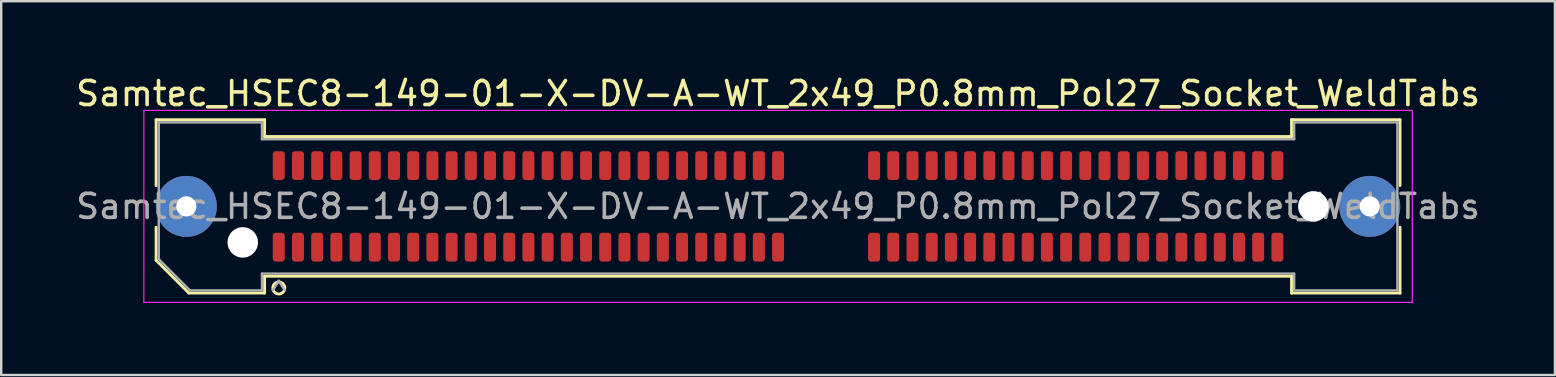
<source format=kicad_pcb>
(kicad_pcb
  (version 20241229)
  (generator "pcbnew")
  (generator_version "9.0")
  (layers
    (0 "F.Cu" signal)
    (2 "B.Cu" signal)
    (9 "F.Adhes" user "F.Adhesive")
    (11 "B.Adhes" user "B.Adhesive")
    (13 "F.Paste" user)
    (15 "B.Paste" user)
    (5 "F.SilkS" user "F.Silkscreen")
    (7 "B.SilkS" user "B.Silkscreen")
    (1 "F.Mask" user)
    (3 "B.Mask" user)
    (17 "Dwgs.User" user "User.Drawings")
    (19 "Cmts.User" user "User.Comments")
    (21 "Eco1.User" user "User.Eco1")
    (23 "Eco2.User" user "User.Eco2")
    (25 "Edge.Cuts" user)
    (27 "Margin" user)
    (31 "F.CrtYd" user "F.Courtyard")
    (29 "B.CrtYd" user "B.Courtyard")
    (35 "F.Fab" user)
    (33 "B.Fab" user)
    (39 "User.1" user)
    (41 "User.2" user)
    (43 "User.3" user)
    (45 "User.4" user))
  (footprint "Samtec_HSEC8-149-01-X-DV-A-WT_2x49_P0.8mm_Pol27_Socket_WeldTabs"
    (layer "F.Cu")
    (at 29.363 5.548)
    (property "Reference" "Samtec_HSEC8-149-01-X-DV-A-WT_2x49_P0.8mm_Pol27_Socket_WeldTabs" (at 0 -4.7 0) (layer "F.SilkS") (effects (font (size 1 1) (thickness 0.15))))
    (attr smd)
    (fp_line (start -25.91 -3.61) (end -21.39 -3.61) (stroke (width 0.12) (type solid)) (layer "F.SilkS"))
    (fp_line (start -25.91 -0.868) (end -25.91 -3.61) (stroke (width 0.12) (type solid)) (layer "F.SilkS"))
    (fp_line (start -25.91 2.246) (end -25.91 0.868) (stroke (width 0.12) (type solid)) (layer "F.SilkS"))
    (fp_line (start -24.546 3.61) (end -25.91 2.246) (stroke (width 0.12) (type solid)) (layer "F.SilkS"))
    (fp_line (start -21.39 -3.61) (end -21.39 -2.91) (stroke (width 0.12) (type solid)) (layer "F.SilkS"))
    (fp_line (start -21.39 -2.91) (end 21.39 -2.91) (stroke (width 0.12) (type solid)) (layer "F.SilkS"))
    (fp_line (start -21.39 2.91) (end -21.39 3.61) (stroke (width 0.12) (type solid)) (layer "F.SilkS"))
    (fp_line (start -21.39 3.61) (end -24.546 3.61) (stroke (width 0.12) (type solid)) (layer "F.SilkS"))
    (fp_line (start 21.39 -3.61) (end 25.91 -3.61) (stroke (width 0.12) (type solid)) (layer "F.SilkS"))
    (fp_line (start 21.39 -2.91) (end 21.39 -3.61) (stroke (width 0.12) (type solid)) (layer "F.SilkS"))
    (fp_line (start 21.39 2.91) (end -21.39 2.91) (stroke (width 0.12) (type solid)) (layer "F.SilkS"))
    (fp_line (start 21.39 3.61) (end 21.39 2.91) (stroke (width 0.12) (type solid)) (layer "F.SilkS"))
    (fp_line (start 25.91 -3.61) (end 25.91 -0.868) (stroke (width 0.12) (type solid)) (layer "F.SilkS"))
    (fp_line (start 25.91 0.868) (end 25.91 3.61) (stroke (width 0.12) (type solid)) (layer "F.SilkS"))
    (fp_line (start 25.91 3.61) (end 21.39 3.61) (stroke (width 0.12) (type solid)) (layer "F.SilkS"))
    (fp_arc (start -20.55 3.4) (mid -21.05 3.4) (end -20.55 3.4) (stroke (width 0.12) (type solid)) (layer "F.SilkS"))
    (fp_line (start -26.42 -4) (end -26.42 4) (stroke (width 0.05) (type solid)) (layer "F.CrtYd"))
    (fp_line (start -26.42 4) (end 26.42 4) (stroke (width 0.05) (type solid)) (layer "F.CrtYd"))
    (fp_line (start 26.42 -4) (end -26.42 -4) (stroke (width 0.05) (type solid)) (layer "F.CrtYd"))
    (fp_line (start 26.42 4) (end 26.42 -4) (stroke (width 0.05) (type solid)) (layer "F.CrtYd"))
    (fp_line (start -25.8 -3.5) (end -21.5 -3.5) (stroke (width 0.1) (type solid)) (layer "F.Fab"))
    (fp_line (start -25.8 2.2) (end -25.8 -3.5) (stroke (width 0.1) (type solid)) (layer "F.Fab"))
    (fp_line (start -24.5 3.5) (end -25.8 2.2) (stroke (width 0.1) (type solid)) (layer "F.Fab"))
    (fp_line (start -21.5 -3.5) (end -21.5 -2.8) (stroke (width 0.1) (type solid)) (layer "F.Fab"))
    (fp_line (start -21.5 -2.8) (end 21.5 -2.8) (stroke (width 0.1) (type solid)) (layer "F.Fab"))
    (fp_line (start -21.5 2.8) (end -21.5 3.5) (stroke (width 0.1) (type solid)) (layer "F.Fab"))
    (fp_line (start -21.5 3.5) (end -24.5 3.5) (stroke (width 0.1) (type solid)) (layer "F.Fab"))
    (fp_line (start -20.8 3.1) (end -21.05 3.5) (stroke (width 0.1) (type solid)) (layer "F.Fab"))
    (fp_line (start -20.8 3.1) (end -20.55 3.5) (stroke (width 0.1) (type solid)) (layer "F.Fab"))
    (fp_line (start 21.5 -3.5) (end 25.8 -3.5) (stroke (width 0.1) (type solid)) (layer "F.Fab"))
    (fp_line (start 21.5 -2.8) (end 21.5 -3.5) (stroke (width 0.1) (type solid)) (layer "F.Fab"))
    (fp_line (start 21.5 2.8) (end -21.5 2.8) (stroke (width 0.1) (type solid)) (layer "F.Fab"))
    (fp_line (start 21.5 3.5) (end 21.5 2.8) (stroke (width 0.1) (type solid)) (layer "F.Fab"))
    (fp_line (start 25.8 -3.5) (end 25.8 3.5) (stroke (width 0.1) (type solid)) (layer "F.Fab"))
    (fp_line (start 25.8 3.5) (end 21.5 3.5) (stroke (width 0.1) (type solid)) (layer "F.Fab"))
    (fp_text user "${REFERENCE}" (at 0 0 0) (layer "F.Fab") (effects (font (size 1 1) (thickness 0.15))))
    (pad "" thru_hole circle (at -24.65 0) (size 2.54 2.54) (drill 0.84) (layers "*.Cu" "*.Mask" "F.Paste"))
    (pad "" np_thru_hole circle (at -22.3 1.5) (size 1.27 1.27) (drill 1.27) (layers "*.Cu" "*.Mask"))
    (pad "" np_thru_hole circle (at 22.3 0) (size 1.27 1.27) (drill 1.27) (layers "*.Cu" "*.Mask"))
    (pad "" thru_hole circle (at 24.65 0) (size 2.54 2.54) (drill 0.84) (layers "*.Cu" "*.Mask" "F.Paste"))
    (pad "1" smd roundrect (at -20.8 1.7) (size 0.5 1.2) (layers "F.Cu" "F.Mask" "F.Paste") (roundrect_rratio 0.25))
    (pad "2" smd roundrect (at -20.8 -1.7) (size 0.5 1.2) (layers "F.Cu" "F.Mask" "F.Paste") (roundrect_rratio 0.25))
    (pad "3" smd roundrect (at -20 1.7) (size 0.5 1.2) (layers "F.Cu" "F.Mask" "F.Paste") (roundrect_rratio 0.25))
    (pad "4" smd roundrect (at -20 -1.7) (size 0.5 1.2) (layers "F.Cu" "F.Mask" "F.Paste") (roundrect_rratio 0.25))
    (pad "5" smd roundrect (at -19.2 1.7) (size 0.5 1.2) (layers "F.Cu" "F.Mask" "F.Paste") (roundrect_rratio 0.25))
    (pad "6" smd roundrect (at -19.2 -1.7) (size 0.5 1.2) (layers "F.Cu" "F.Mask" "F.Paste") (roundrect_rratio 0.25))
    (pad "7" smd roundrect (at -18.4 1.7) (size 0.5 1.2) (layers "F.Cu" "F.Mask" "F.Paste") (roundrect_rratio 0.25))
    (pad "8" smd roundrect (at -18.4 -1.7) (size 0.5 1.2) (layers "F.Cu" "F.Mask" "F.Paste") (roundrect_rratio 0.25))
    (pad "9" smd roundrect (at -17.6 1.7) (size 0.5 1.2) (layers "F.Cu" "F.Mask" "F.Paste") (roundrect_rratio 0.25))
    (pad "10" smd roundrect (at -17.6 -1.7) (size 0.5 1.2) (layers "F.Cu" "F.Mask" "F.Paste") (roundrect_rratio 0.25))
    (pad "11" smd roundrect (at -16.8 1.7) (size 0.5 1.2) (layers "F.Cu" "F.Mask" "F.Paste") (roundrect_rratio 0.25))
    (pad "12" smd roundrect (at -16.8 -1.7) (size 0.5 1.2) (layers "F.Cu" "F.Mask" "F.Paste") (roundrect_rratio 0.25))
    (pad "13" smd roundrect (at -16 1.7) (size 0.5 1.2) (layers "F.Cu" "F.Mask" "F.Paste") (roundrect_rratio 0.25))
    (pad "14" smd roundrect (at -16 -1.7) (size 0.5 1.2) (layers "F.Cu" "F.Mask" "F.Paste") (roundrect_rratio 0.25))
    (pad "15" smd roundrect (at -15.2 1.7) (size 0.5 1.2) (layers "F.Cu" "F.Mask" "F.Paste") (roundrect_rratio 0.25))
    (pad "16" smd roundrect (at -15.2 -1.7) (size 0.5 1.2) (layers "F.Cu" "F.Mask" "F.Paste") (roundrect_rratio 0.25))
    (pad "17" smd roundrect (at -14.4 1.7) (size 0.5 1.2) (layers "F.Cu" "F.Mask" "F.Paste") (roundrect_rratio 0.25))
    (pad "18" smd roundrect (at -14.4 -1.7) (size 0.5 1.2) (layers "F.Cu" "F.Mask" "F.Paste") (roundrect_rratio 0.25))
    (pad "19" smd roundrect (at -13.6 1.7) (size 0.5 1.2) (layers "F.Cu" "F.Mask" "F.Paste") (roundrect_rratio 0.25))
    (pad "20" smd roundrect (at -13.6 -1.7) (size 0.5 1.2) (layers "F.Cu" "F.Mask" "F.Paste") (roundrect_rratio 0.25))
    (pad "21" smd roundrect (at -12.8 1.7) (size 0.5 1.2) (layers "F.Cu" "F.Mask" "F.Paste") (roundrect_rratio 0.25))
    (pad "22" smd roundrect (at -12.8 -1.7) (size 0.5 1.2) (layers "F.Cu" "F.Mask" "F.Paste") (roundrect_rratio 0.25))
    (pad "23" smd roundrect (at -12 1.7) (size 0.5 1.2) (layers "F.Cu" "F.Mask" "F.Paste") (roundrect_rratio 0.25))
    (pad "24" smd roundrect (at -12 -1.7) (size 0.5 1.2) (layers "F.Cu" "F.Mask" "F.Paste") (roundrect_rratio 0.25))
    (pad "25" smd roundrect (at -11.2 1.7) (size 0.5 1.2) (layers "F.Cu" "F.Mask" "F.Paste") (roundrect_rratio 0.25))
    (pad "26" smd roundrect (at -11.2 -1.7) (size 0.5 1.2) (layers "F.Cu" "F.Mask" "F.Paste") (roundrect_rratio 0.25))
    (pad "27" smd roundrect (at -10.4 1.7) (size 0.5 1.2) (layers "F.Cu" "F.Mask" "F.Paste") (roundrect_rratio 0.25))
    (pad "28" smd roundrect (at -10.4 -1.7) (size 0.5 1.2) (layers "F.Cu" "F.Mask" "F.Paste") (roundrect_rratio 0.25))
    (pad "29" smd roundrect (at -9.6 1.7) (size 0.5 1.2) (layers "F.Cu" "F.Mask" "F.Paste") (roundrect_rratio 0.25))
    (pad "30" smd roundrect (at -9.6 -1.7) (size 0.5 1.2) (layers "F.Cu" "F.Mask" "F.Paste") (roundrect_rratio 0.25))
    (pad "31" smd roundrect (at -8.8 1.7) (size 0.5 1.2) (layers "F.Cu" "F.Mask" "F.Paste") (roundrect_rratio 0.25))
    (pad "32" smd roundrect (at -8.8 -1.7) (size 0.5 1.2) (layers "F.Cu" "F.Mask" "F.Paste") (roundrect_rratio 0.25))
    (pad "33" smd roundrect (at -8 1.7) (size 0.5 1.2) (layers "F.Cu" "F.Mask" "F.Paste") (roundrect_rratio 0.25))
    (pad "34" smd roundrect (at -8 -1.7) (size 0.5 1.2) (layers "F.Cu" "F.Mask" "F.Paste") (roundrect_rratio 0.25))
    (pad "35" smd roundrect (at -7.2 1.7) (size 0.5 1.2) (layers "F.Cu" "F.Mask" "F.Paste") (roundrect_rratio 0.25))
    (pad "36" smd roundrect (at -7.2 -1.7) (size 0.5 1.2) (layers "F.Cu" "F.Mask" "F.Paste") (roundrect_rratio 0.25))
    (pad "37" smd roundrect (at -6.4 1.7) (size 0.5 1.2) (layers "F.Cu" "F.Mask" "F.Paste") (roundrect_rratio 0.25))
    (pad "38" smd roundrect (at -6.4 -1.7) (size 0.5 1.2) (layers "F.Cu" "F.Mask" "F.Paste") (roundrect_rratio 0.25))
    (pad "39" smd roundrect (at -5.6 1.7) (size 0.5 1.2) (layers "F.Cu" "F.Mask" "F.Paste") (roundrect_rratio 0.25))
    (pad "40" smd roundrect (at -5.6 -1.7) (size 0.5 1.2) (layers "F.Cu" "F.Mask" "F.Paste") (roundrect_rratio 0.25))
    (pad "41" smd roundrect (at -4.8 1.7) (size 0.5 1.2) (layers "F.Cu" "F.Mask" "F.Paste") (roundrect_rratio 0.25))
    (pad "42" smd roundrect (at -4.8 -1.7) (size 0.5 1.2) (layers "F.Cu" "F.Mask" "F.Paste") (roundrect_rratio 0.25))
    (pad "43" smd roundrect (at -4 1.7) (size 0.5 1.2) (layers "F.Cu" "F.Mask" "F.Paste") (roundrect_rratio 0.25))
    (pad "44" smd roundrect (at -4 -1.7) (size 0.5 1.2) (layers "F.Cu" "F.Mask" "F.Paste") (roundrect_rratio 0.25))
    (pad "45" smd roundrect (at -3.2 1.7) (size 0.5 1.2) (layers "F.Cu" "F.Mask" "F.Paste") (roundrect_rratio 0.25))
    (pad "46" smd roundrect (at -3.2 -1.7) (size 0.5 1.2) (layers "F.Cu" "F.Mask" "F.Paste") (roundrect_rratio 0.25))
    (pad "47" smd roundrect (at -2.4 1.7) (size 0.5 1.2) (layers "F.Cu" "F.Mask" "F.Paste") (roundrect_rratio 0.25))
    (pad "48" smd roundrect (at -2.4 -1.7) (size 0.5 1.2) (layers "F.Cu" "F.Mask" "F.Paste") (roundrect_rratio 0.25))
    (pad "49" smd roundrect (at -1.6 1.7) (size 0.5 1.2) (layers "F.Cu" "F.Mask" "F.Paste") (roundrect_rratio 0.25))
    (pad "50" smd roundrect (at -1.6 -1.7) (size 0.5 1.2) (layers "F.Cu" "F.Mask" "F.Paste") (roundrect_rratio 0.25))
    (pad "51" smd roundrect (at -0.8 1.7) (size 0.5 1.2) (layers "F.Cu" "F.Mask" "F.Paste") (roundrect_rratio 0.25))
    (pad "52" smd roundrect (at -0.8 -1.7) (size 0.5 1.2) (layers "F.Cu" "F.Mask" "F.Paste") (roundrect_rratio 0.25))
    (pad "53" smd roundrect (at 0 1.7) (size 0.5 1.2) (layers "F.Cu" "F.Mask" "F.Paste") (roundrect_rratio 0.25))
    (pad "54" smd roundrect (at 0 -1.7) (size 0.5 1.2) (layers "F.Cu" "F.Mask" "F.Paste") (roundrect_rratio 0.25))
    (pad "55" smd roundrect (at 4 1.7) (size 0.5 1.2) (layers "F.Cu" "F.Mask" "F.Paste") (roundrect_rratio 0.25))
    (pad "56" smd roundrect (at 4 -1.7) (size 0.5 1.2) (layers "F.Cu" "F.Mask" "F.Paste") (roundrect_rratio 0.25))
    (pad "57" smd roundrect (at 4.8 1.7) (size 0.5 1.2) (layers "F.Cu" "F.Mask" "F.Paste") (roundrect_rratio 0.25))
    (pad "58" smd roundrect (at 4.8 -1.7) (size 0.5 1.2) (layers "F.Cu" "F.Mask" "F.Paste") (roundrect_rratio 0.25))
    (pad "59" smd roundrect (at 5.6 1.7) (size 0.5 1.2) (layers "F.Cu" "F.Mask" "F.Paste") (roundrect_rratio 0.25))
    (pad "60" smd roundrect (at 5.6 -1.7) (size 0.5 1.2) (layers "F.Cu" "F.Mask" "F.Paste") (roundrect_rratio 0.25))
    (pad "61" smd roundrect (at 6.4 1.7) (size 0.5 1.2) (layers "F.Cu" "F.Mask" "F.Paste") (roundrect_rratio 0.25))
    (pad "62" smd roundrect (at 6.4 -1.7) (size 0.5 1.2) (layers "F.Cu" "F.Mask" "F.Paste") (roundrect_rratio 0.25))
    (pad "63" smd roundrect (at 7.2 1.7) (size 0.5 1.2) (layers "F.Cu" "F.Mask" "F.Paste") (roundrect_rratio 0.25))
    (pad "64" smd roundrect (at 7.2 -1.7) (size 0.5 1.2) (layers "F.Cu" "F.Mask" "F.Paste") (roundrect_rratio 0.25))
    (pad "65" smd roundrect (at 8 1.7) (size 0.5 1.2) (layers "F.Cu" "F.Mask" "F.Paste") (roundrect_rratio 0.25))
    (pad "66" smd roundrect (at 8 -1.7) (size 0.5 1.2) (layers "F.Cu" "F.Mask" "F.Paste") (roundrect_rratio 0.25))
    (pad "67" smd roundrect (at 8.8 1.7) (size 0.5 1.2) (layers "F.Cu" "F.Mask" "F.Paste") (roundrect_rratio 0.25))
    (pad "68" smd roundrect (at 8.8 -1.7) (size 0.5 1.2) (layers "F.Cu" "F.Mask" "F.Paste") (roundrect_rratio 0.25))
    (pad "69" smd roundrect (at 9.6 1.7) (size 0.5 1.2) (layers "F.Cu" "F.Mask" "F.Paste") (roundrect_rratio 0.25))
    (pad "70" smd roundrect (at 9.6 -1.7) (size 0.5 1.2) (layers "F.Cu" "F.Mask" "F.Paste") (roundrect_rratio 0.25))
    (pad "71" smd roundrect (at 10.4 1.7) (size 0.5 1.2) (layers "F.Cu" "F.Mask" "F.Paste") (roundrect_rratio 0.25))
    (pad "72" smd roundrect (at 10.4 -1.7) (size 0.5 1.2) (layers "F.Cu" "F.Mask" "F.Paste") (roundrect_rratio 0.25))
    (pad "73" smd roundrect (at 11.2 1.7) (size 0.5 1.2) (layers "F.Cu" "F.Mask" "F.Paste") (roundrect_rratio 0.25))
    (pad "74" smd roundrect (at 11.2 -1.7) (size 0.5 1.2) (layers "F.Cu" "F.Mask" "F.Paste") (roundrect_rratio 0.25))
    (pad "75" smd roundrect (at 12 1.7) (size 0.5 1.2) (layers "F.Cu" "F.Mask" "F.Paste") (roundrect_rratio 0.25))
    (pad "76" smd roundrect (at 12 -1.7) (size 0.5 1.2) (layers "F.Cu" "F.Mask" "F.Paste") (roundrect_rratio 0.25))
    (pad "77" smd roundrect (at 12.8 1.7) (size 0.5 1.2) (layers "F.Cu" "F.Mask" "F.Paste") (roundrect_rratio 0.25))
    (pad "78" smd roundrect (at 12.8 -1.7) (size 0.5 1.2) (layers "F.Cu" "F.Mask" "F.Paste") (roundrect_rratio 0.25))
    (pad "79" smd roundrect (at 13.6 1.7) (size 0.5 1.2) (layers "F.Cu" "F.Mask" "F.Paste") (roundrect_rratio 0.25))
    (pad "80" smd roundrect (at 13.6 -1.7) (size 0.5 1.2) (layers "F.Cu" "F.Mask" "F.Paste") (roundrect_rratio 0.25))
    (pad "81" smd roundrect (at 14.4 1.7) (size 0.5 1.2) (layers "F.Cu" "F.Mask" "F.Paste") (roundrect_rratio 0.25))
    (pad "82" smd roundrect (at 14.4 -1.7) (size 0.5 1.2) (layers "F.Cu" "F.Mask" "F.Paste") (roundrect_rratio 0.25))
    (pad "83" smd roundrect (at 15.2 1.7) (size 0.5 1.2) (layers "F.Cu" "F.Mask" "F.Paste") (roundrect_rratio 0.25))
    (pad "84" smd roundrect (at 15.2 -1.7) (size 0.5 1.2) (layers "F.Cu" "F.Mask" "F.Paste") (roundrect_rratio 0.25))
    (pad "85" smd roundrect (at 16 1.7) (size 0.5 1.2) (layers "F.Cu" "F.Mask" "F.Paste") (roundrect_rratio 0.25))
    (pad "86" smd roundrect (at 16 -1.7) (size 0.5 1.2) (layers "F.Cu" "F.Mask" "F.Paste") (roundrect_rratio 0.25))
    (pad "87" smd roundrect (at 16.8 1.7) (size 0.5 1.2) (layers "F.Cu" "F.Mask" "F.Paste") (roundrect_rratio 0.25))
    (pad "88" smd roundrect (at 16.8 -1.7) (size 0.5 1.2) (layers "F.Cu" "F.Mask" "F.Paste") (roundrect_rratio 0.25))
    (pad "89" smd roundrect (at 17.6 1.7) (size 0.5 1.2) (layers "F.Cu" "F.Mask" "F.Paste") (roundrect_rratio 0.25))
    (pad "90" smd roundrect (at 17.6 -1.7) (size 0.5 1.2) (layers "F.Cu" "F.Mask" "F.Paste") (roundrect_rratio 0.25))
    (pad "91" smd roundrect (at 18.4 1.7) (size 0.5 1.2) (layers "F.Cu" "F.Mask" "F.Paste") (roundrect_rratio 0.25))
    (pad "92" smd roundrect (at 18.4 -1.7) (size 0.5 1.2) (layers "F.Cu" "F.Mask" "F.Paste") (roundrect_rratio 0.25))
    (pad "93" smd roundrect (at 19.2 1.7) (size 0.5 1.2) (layers "F.Cu" "F.Mask" "F.Paste") (roundrect_rratio 0.25))
    (pad "94" smd roundrect (at 19.2 -1.7) (size 0.5 1.2) (layers "F.Cu" "F.Mask" "F.Paste") (roundrect_rratio 0.25))
    (pad "95" smd roundrect (at 20 1.7) (size 0.5 1.2) (layers "F.Cu" "F.Mask" "F.Paste") (roundrect_rratio 0.25))
    (pad "96" smd roundrect (at 20 -1.7) (size 0.5 1.2) (layers "F.Cu" "F.Mask" "F.Paste") (roundrect_rratio 0.25))
    (pad "97" smd roundrect (at 20.8 1.7) (size 0.5 1.2) (layers "F.Cu" "F.Mask" "F.Paste") (roundrect_rratio 0.25))
    (pad "98" smd roundrect (at 20.8 -1.7) (size 0.5 1.2) (layers "F.Cu" "F.Mask" "F.Paste") (roundrect_rratio 0.25)))
  (gr_rect
    (start -3 -3)
    (end 61.726 12.573)
    (stroke (width 0.1) (type default))
    (fill no)
    (layer "Edge.Cuts")))
</source>
